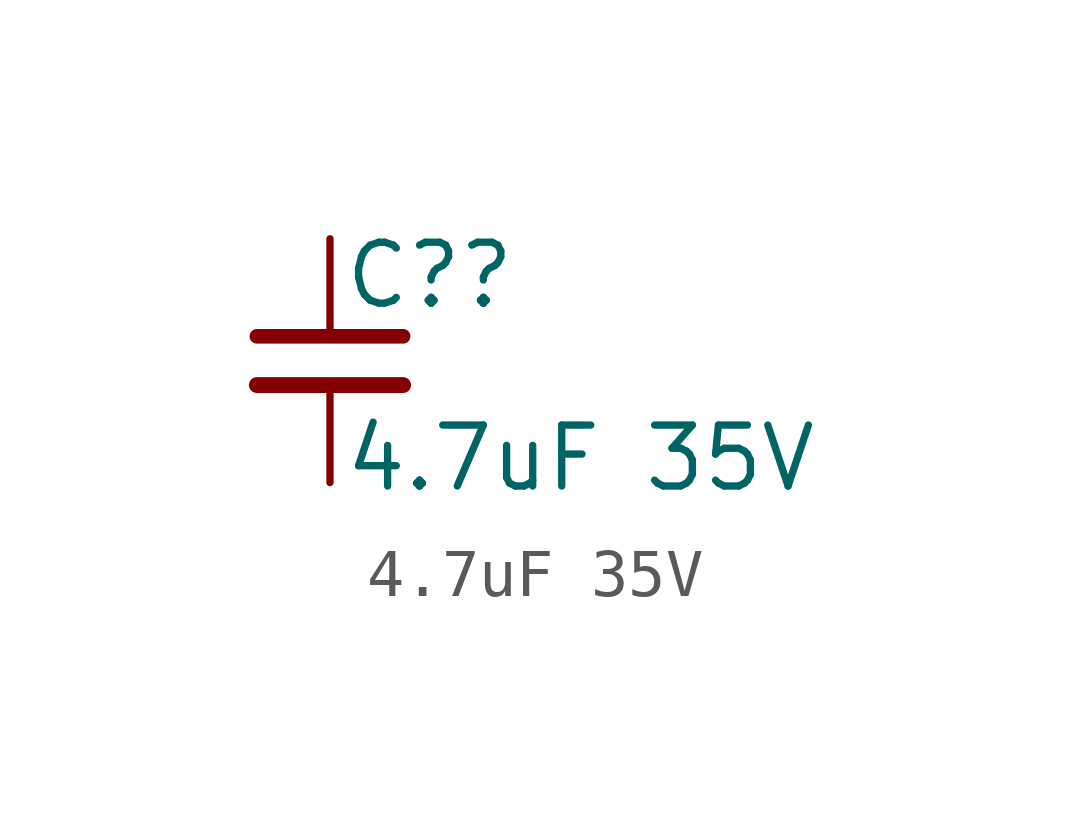
<source format=kicad_sym>
(kicad_symbol_lib
  (version 20241209)
  (generator "kicad_symbol_editor")
  (generator_version "9.0")
  (symbol "4.7uF 35V"
    (pin_numbers
      (hide yes))
    (pin_names
      (offset 0.254)
      (hide yes))
    (property "Reference" "C?"
      (at 0.254 1.778 0)
      (effects (font (size 1.27 1.27)) (justify left)))
    (property "Value" "4.7uF 35V"
      (at 0.254 -2.032 0)
      (effects (font (size 1.27 1.27)) (justify left)))
    (symbol "4.7uF 35V_0_1"
      (polyline (pts (xy -1.524 0.508) (xy 1.524 0.508)) (stroke (width 0.305) (type default)) (fill (type none)))
      (polyline (pts (xy -1.524 -0.508) (xy 1.524 -0.508)) (stroke (width 0.33) (type default)) (fill (type none))))
    (symbol "4.7uF 35V_1_1"
      (pin passive line (at 0 2.54 270) (length 2.032) (name "~" (effects (font (size 1.27 1.27)))) (number "1" (effects (font (size 1.27 1.27)))))
      (pin passive line (at 0 -2.54 90) (length 2.032) (name "~" (effects (font (size 1.27 1.27)))) (number "2" (effects (font (size 1.27 1.27))))))))
</source>
